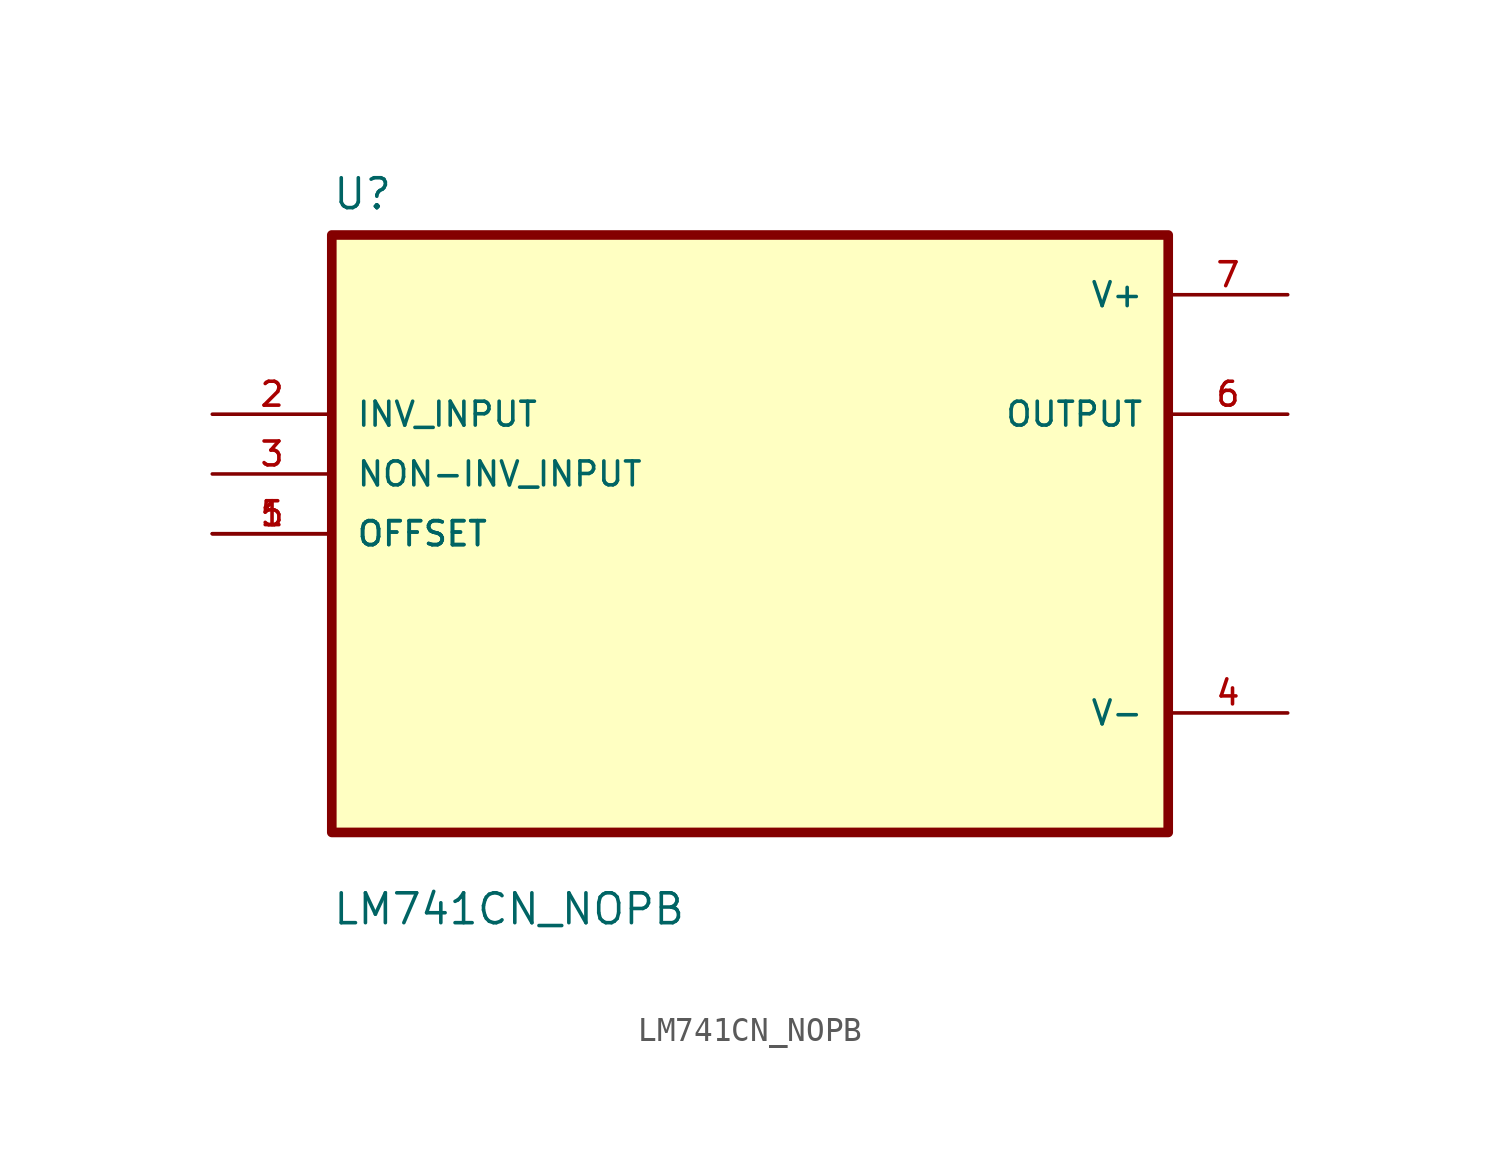
<source format=kicad_sym>
(kicad_symbol_lib
  (version 20211014)
  (generator kicad_symbol_editor)
  (symbol "LM741CN_NOPB"
    (pin_names
      (offset 1.016))
    (property "Reference" "U"
      (at -17.78 13.7 0.0)
      (effects (font (size 1.27 1.27)) (justify bottom left)))
    (property "Value" "LM741CN_NOPB"
      (at -17.78 -16.7 0.0)
      (effects (font (size 1.27 1.27)) (justify bottom left)))
    (symbol "LM741CN_NOPB_0_0"
      (rectangle (start -17.78 -12.7) (end 17.78 12.7) (stroke (width 0.41)) (fill (type background)))
      (pin input line (at -22.86 5.08 0) (length 5.08) (name "INV_INPUT" (effects (font (size 1.016 1.016)))) (number "2" (effects (font (size 1.016 1.016)))))
      (pin input line (at -22.86 2.54 0) (length 5.08) (name "NON-INV_INPUT" (effects (font (size 1.016 1.016)))) (number "3" (effects (font (size 1.016 1.016)))))
      (pin input line (at -22.86 -8.88178e-16 0) (length 5.08) (name "OFFSET" (effects (font (size 1.016 1.016)))) (number "1" (effects (font (size 1.016 1.016)))))
      (pin input line (at -22.86 -8.88178e-16 0) (length 5.08) (name "OFFSET" (effects (font (size 1.016 1.016)))) (number "5" (effects (font (size 1.016 1.016)))))
      (pin power_in line (at 22.86 10.16 180.0) (length 5.08) (name "V+" (effects (font (size 1.016 1.016)))) (number "7" (effects (font (size 1.016 1.016)))))
      (pin output line (at 22.86 5.08 180.0) (length 5.08) (name "OUTPUT" (effects (font (size 1.016 1.016)))) (number "6" (effects (font (size 1.016 1.016)))))
      (pin power_in line (at 22.86 -7.62 180.0) (length 5.08) (name "V-" (effects (font (size 1.016 1.016)))) (number "4" (effects (font (size 1.016 1.016))))))))
</source>
